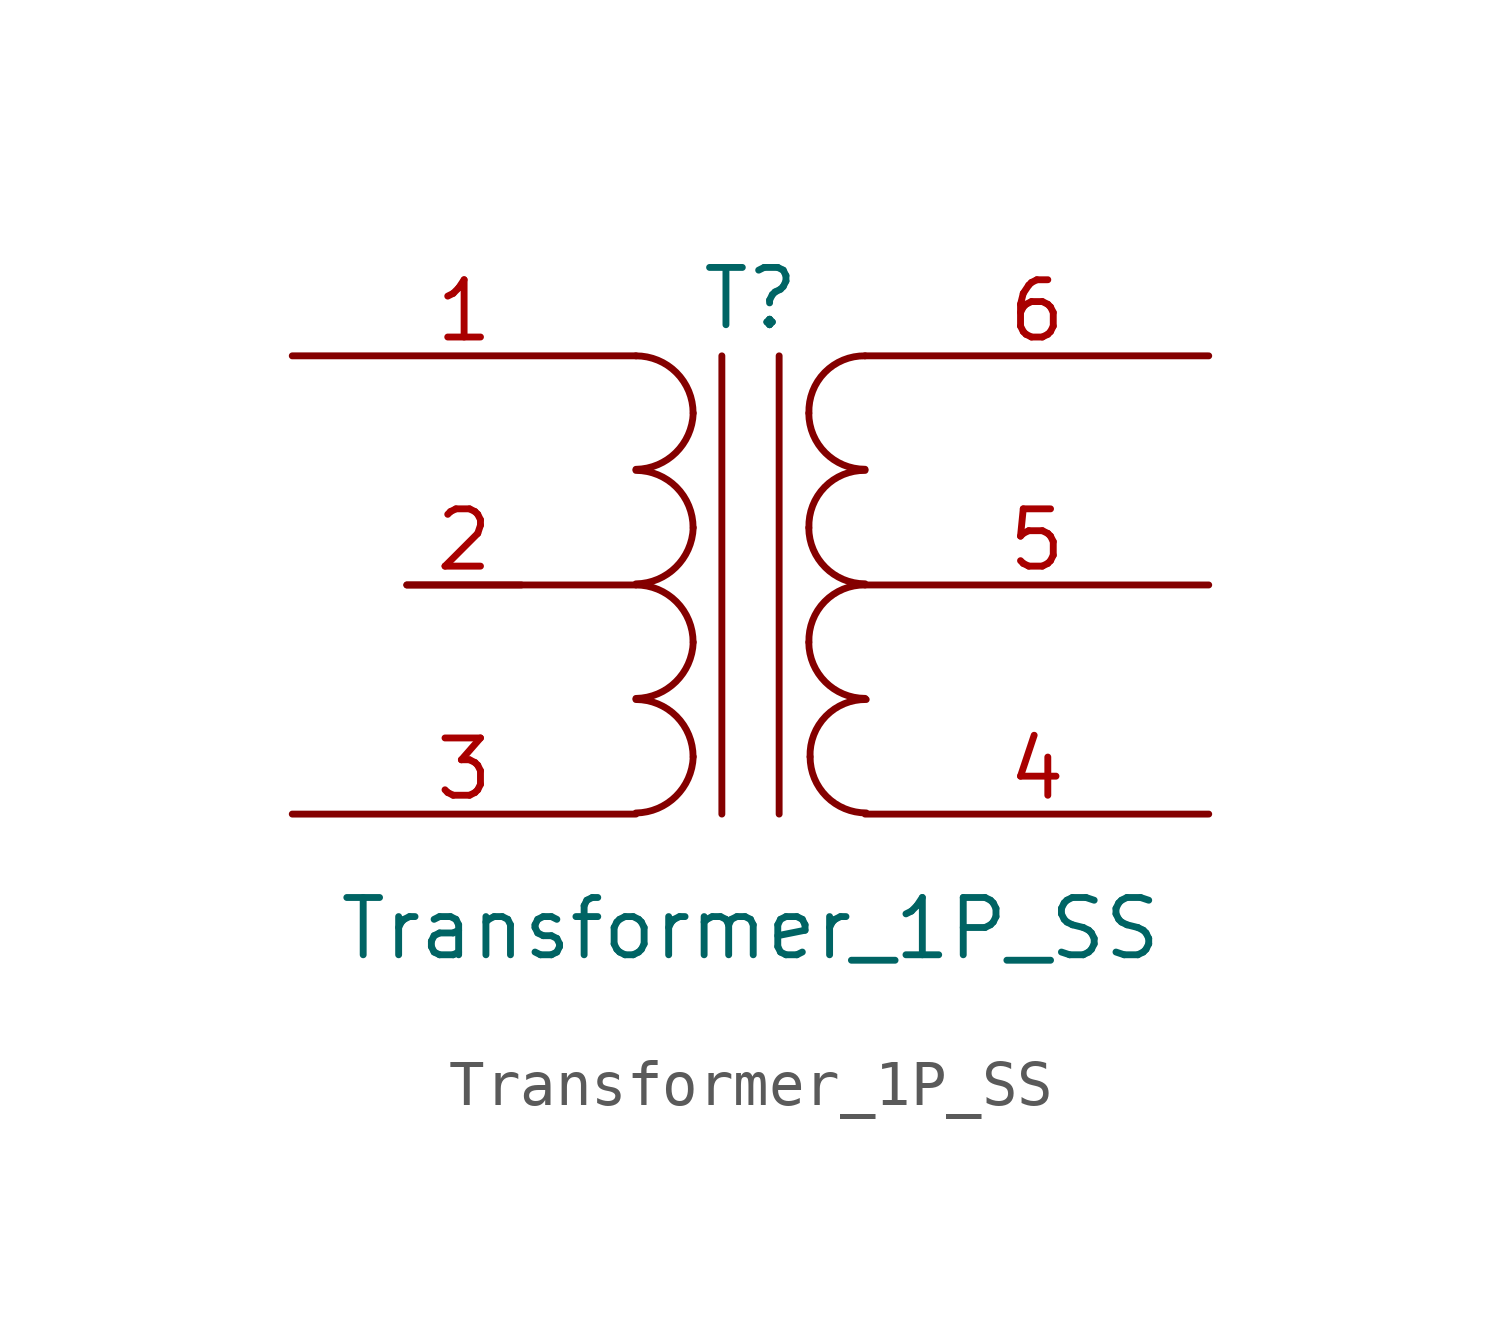
<source format=kicad_sym>
(kicad_symbol_lib
  (version 20231120)
  (generator "kicad_symbol_editor")
  (generator_version "8.0")
  (symbol "Transformer_1P_SS"
    (pin_names
      (offset 1.016) hide)
    (property "Reference" "T"
      (at 0 6.35 0)
      (effects (font (size 1.27 1.27))))
    (property "Value" "Transformer_1P_SS"
      (at 0 -7.62 0)
      (effects (font (size 1.27 1.27))))
    (symbol "Transformer_1P_SS_0_1"
      (arc (start -2.54 -5.0546) (mid -1.6599 -4.6901) (end -1.27 -3.81) (stroke (width 0) (type default)) (fill (type none)))
      (arc (start -2.54 -2.5146) (mid -1.6599 -2.1501) (end -1.27 -1.27) (stroke (width 0) (type default)) (fill (type none)))
      (arc (start -2.54 0.0254) (mid -1.6599 0.3899) (end -1.27 1.27) (stroke (width 0) (type default)) (fill (type none)))
      (arc (start -2.54 2.5654) (mid -1.6599 2.9299) (end -1.27 3.81) (stroke (width 0) (type default)) (fill (type none)))
      (arc (start -1.27 -3.81) (mid -1.642 -2.912) (end -2.54 -2.54) (stroke (width 0) (type default)) (fill (type none)))
      (arc (start -1.27 -1.27) (mid -1.642 -0.372) (end -2.54 0) (stroke (width 0) (type default)) (fill (type none)))
      (arc (start -1.27 1.27) (mid -1.642 2.168) (end -2.54 2.54) (stroke (width 0) (type default)) (fill (type none)))
      (arc (start -1.27 3.81) (mid -1.642 4.708) (end -2.54 5.08) (stroke (width 0) (type default)) (fill (type none)))
      (polyline (pts (xy -7.62 0) (xy -2.54 0)) (stroke (width 0) (type default)) (fill (type none)))
      (polyline (pts (xy -0.635 5.08) (xy -0.635 -5.08)) (stroke (width 0) (type default)) (fill (type none)))
      (polyline (pts (xy 0.635 -5.08) (xy 0.635 5.08)) (stroke (width 0) (type default)) (fill (type none)))
      (arc (start 1.2954 -1.27) (mid 1.6599 -2.1501) (end 2.54 -2.5146) (stroke (width 0) (type default)) (fill (type none)))
      (arc (start 1.2954 1.27) (mid 1.6599 0.3899) (end 2.54 0.0254) (stroke (width 0) (type default)) (fill (type none)))
      (arc (start 1.2954 3.81) (mid 1.6599 2.9299) (end 2.54 2.5654) (stroke (width 0) (type default)) (fill (type none)))
      (arc (start 1.3208 -3.81) (mid 1.6853 -4.6901) (end 2.5654 -5.0546) (stroke (width 0) (type default)) (fill (type none)))
      (arc (start 2.54 0) (mid 1.642 -0.372) (end 1.2954 -1.27) (stroke (width 0) (type default)) (fill (type none)))
      (arc (start 2.54 2.54) (mid 1.642 2.168) (end 1.2954 1.27) (stroke (width 0) (type default)) (fill (type none)))
      (arc (start 2.54 5.08) (mid 1.642 4.708) (end 1.2954 3.81) (stroke (width 0) (type default)) (fill (type none)))
      (arc (start 2.5654 -2.54) (mid 1.6674 -2.912) (end 1.3208 -3.81) (stroke (width 0) (type default)) (fill (type none))))
    (symbol "Transformer_1P_SS_1_1"
      (pin passive line (at -10.16 5.08 0) (length 7.62) (name "AA" (effects (font (size 1.27 1.27)))) (number "1" (effects (font (size 1.27 1.27)))))
      (pin input line (at -7.62 0 0) (length 2.54) (name "" (effects (font (size 1.27 1.27)))) (number "2" (effects (font (size 1.27 1.27)))))
      (pin passive line (at -10.16 -5.08 0) (length 7.62) (name "AB" (effects (font (size 1.27 1.27)))) (number "3" (effects (font (size 1.27 1.27)))))
      (pin passive line (at 10.16 -5.08 180) (length 7.62) (name "SA" (effects (font (size 1.27 1.27)))) (number "4" (effects (font (size 1.27 1.27)))))
      (pin passive line (at 10.16 0 180) (length 7.62) (name "SC" (effects (font (size 1.27 1.27)))) (number "5" (effects (font (size 1.27 1.27)))))
      (pin passive line (at 10.16 5.08 180) (length 7.62) (name "SB" (effects (font (size 1.27 1.27)))) (number "6" (effects (font (size 1.27 1.27))))))))
</source>
